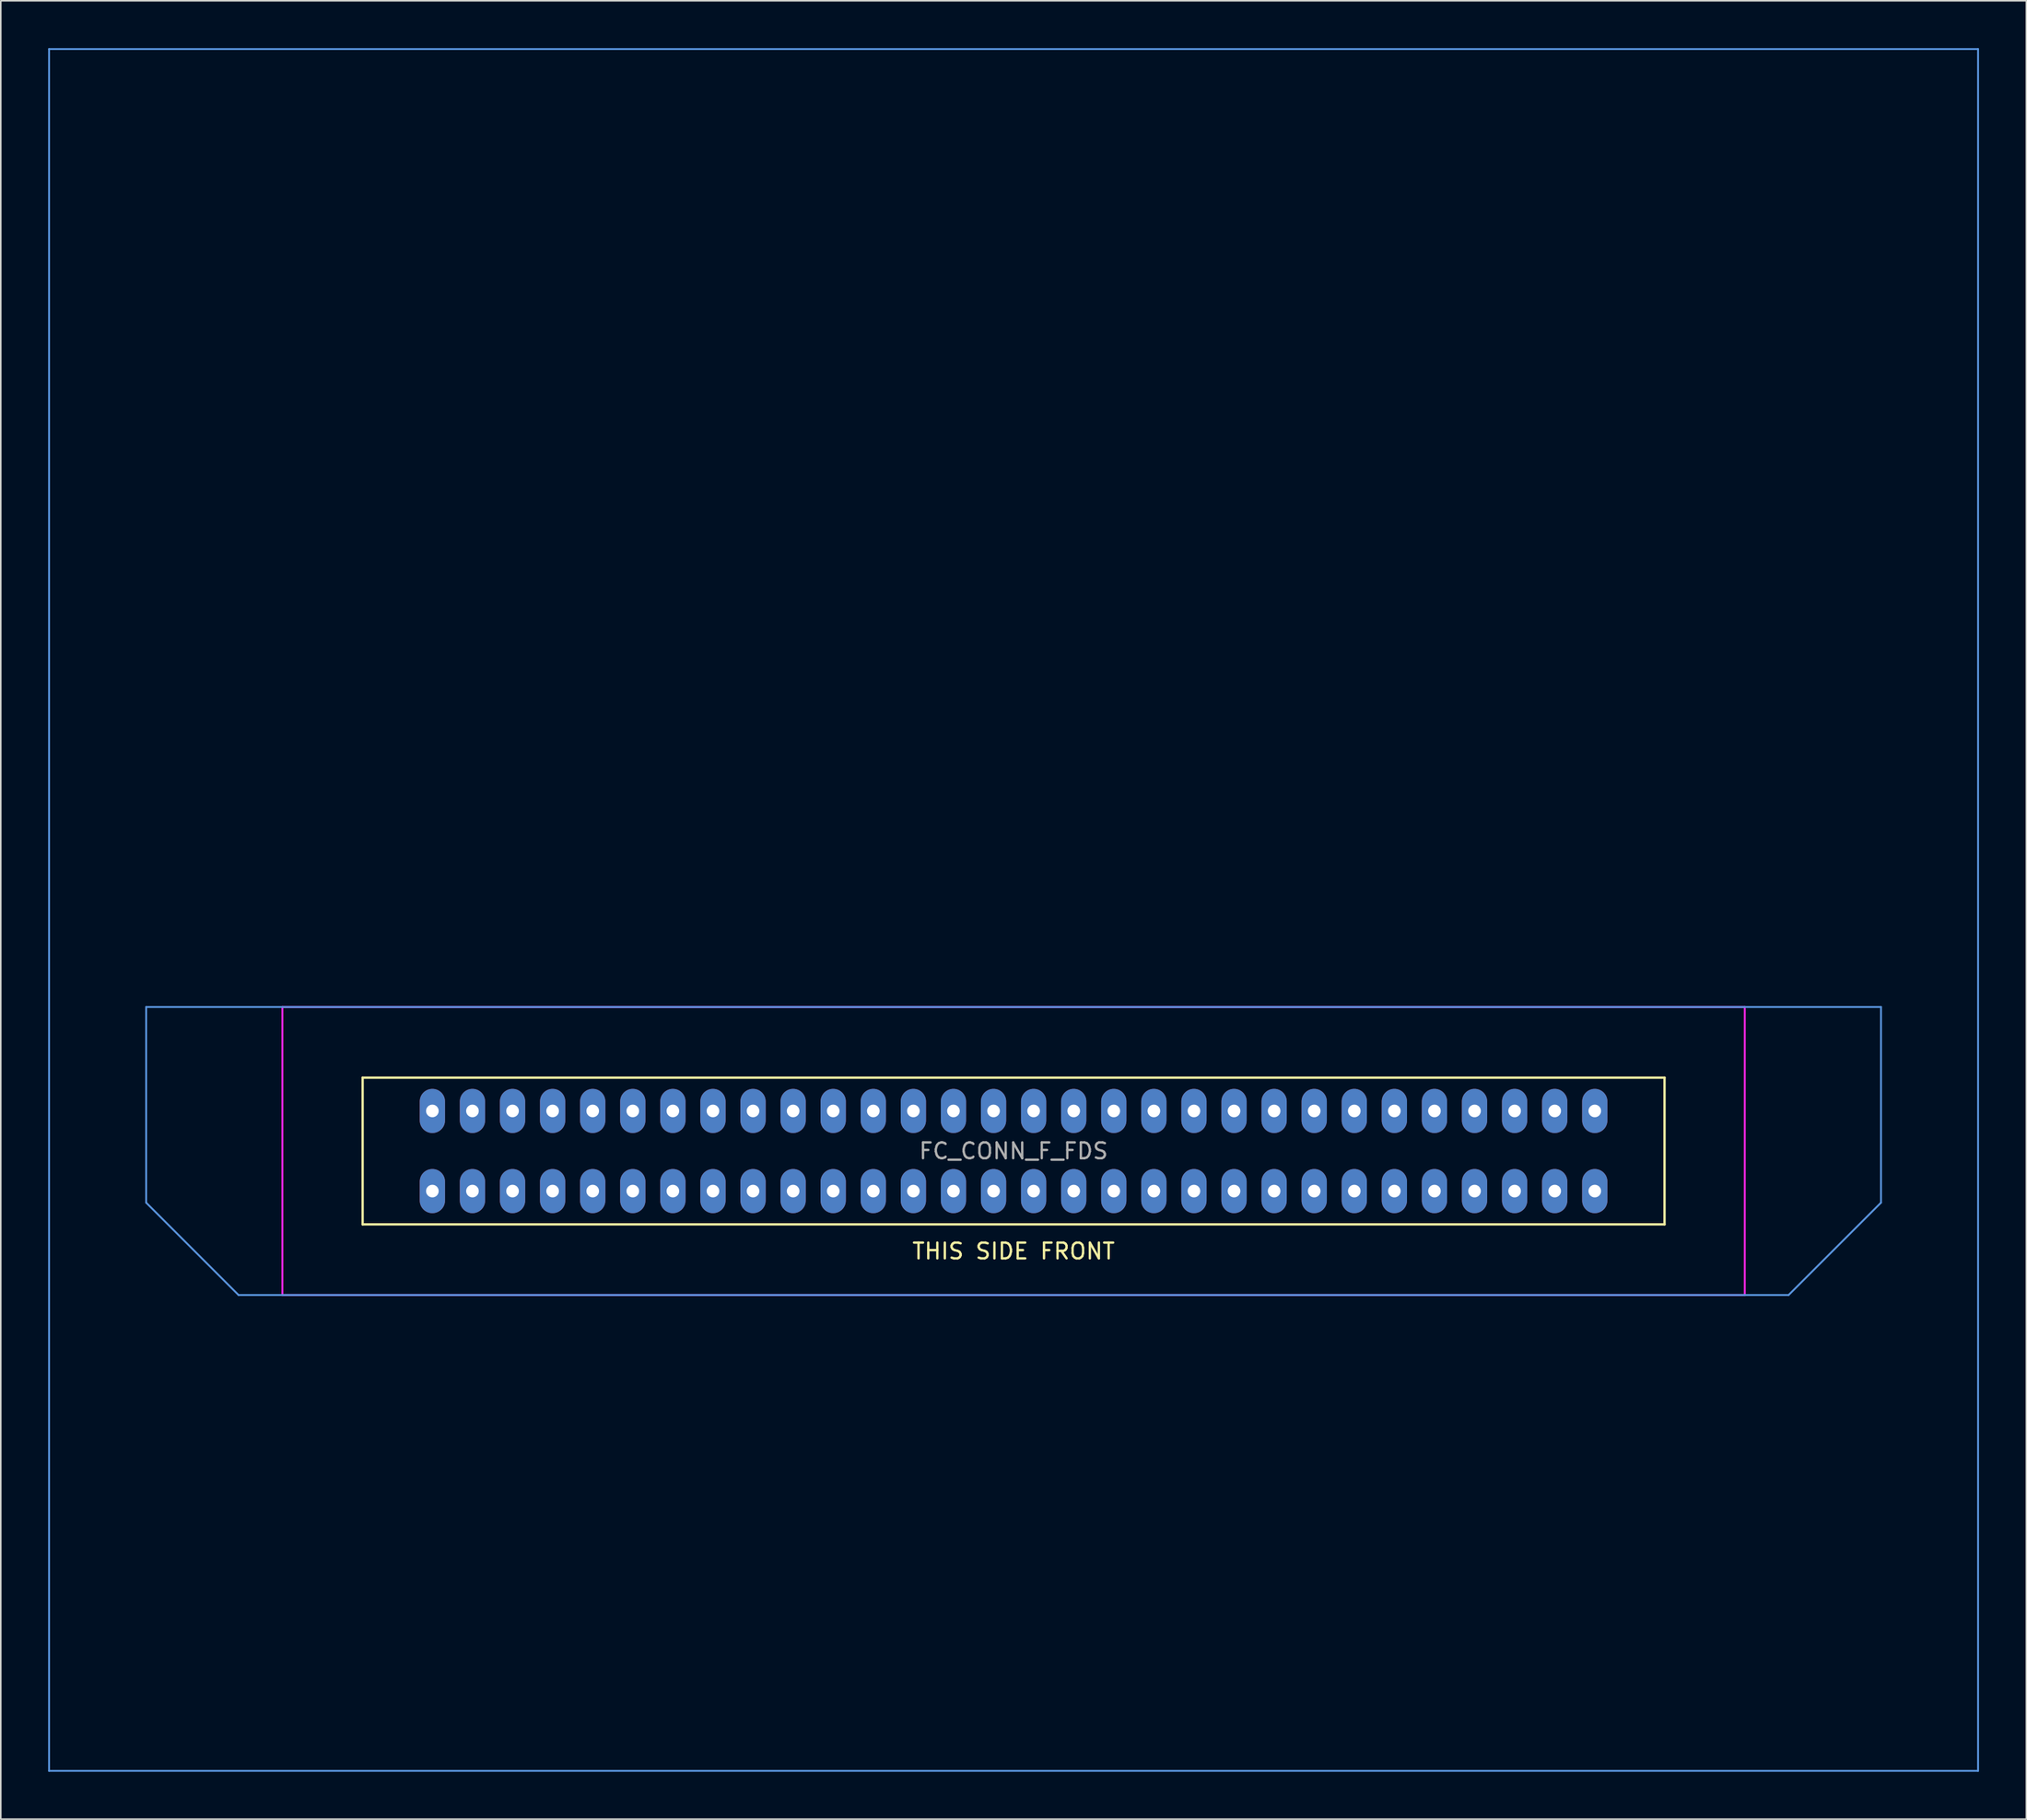
<source format=kicad_pcb>
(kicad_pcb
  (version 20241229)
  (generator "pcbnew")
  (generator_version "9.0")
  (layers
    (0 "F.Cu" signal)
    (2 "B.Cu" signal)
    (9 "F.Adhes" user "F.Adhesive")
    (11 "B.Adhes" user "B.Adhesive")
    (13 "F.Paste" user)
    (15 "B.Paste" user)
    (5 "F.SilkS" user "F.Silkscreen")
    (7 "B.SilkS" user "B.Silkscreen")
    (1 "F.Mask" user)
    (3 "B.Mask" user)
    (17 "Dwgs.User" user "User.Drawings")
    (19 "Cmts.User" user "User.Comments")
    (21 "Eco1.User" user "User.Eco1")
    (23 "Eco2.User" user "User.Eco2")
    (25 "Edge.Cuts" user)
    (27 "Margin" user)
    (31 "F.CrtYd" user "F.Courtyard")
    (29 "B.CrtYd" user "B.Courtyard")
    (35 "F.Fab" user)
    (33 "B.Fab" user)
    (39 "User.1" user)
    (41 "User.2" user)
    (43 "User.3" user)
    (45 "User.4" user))
  (footprint "FC_CONN_F_FDS"
    (layer "F.Cu")
    (at 61.179 69.91)
    (property "Reference" "FC_CONN_F_FDS" (at 0 0 0) (layer "F.Fab") (effects (font (size 1 1) (thickness 0.15))))
    (attr through_hole)
    (fp_line (start -41.25 -4.65) (end -41.25 4.65) (stroke (width 0.15) (type solid)) (layer "F.SilkS"))
    (fp_line (start -41.25 -4.65) (end 41.25 -4.65) (stroke (width 0.15) (type solid)) (layer "F.SilkS"))
    (fp_line (start 41.25 -4.65) (end 41.25 4.65) (stroke (width 0.15) (type solid)) (layer "F.SilkS"))
    (fp_line (start 41.25 4.65) (end -41.25 4.65) (stroke (width 0.15) (type solid)) (layer "F.SilkS"))
    (fp_line (start -61.119 -69.85) (end -61.119 39.291) (stroke (width 0.12) (type solid)) (layer "Cmts.User"))
    (fp_line (start -61.119 -69.85) (end 61.119 -69.85) (stroke (width 0.12) (type solid)) (layer "Cmts.User"))
    (fp_line (start -61.119 39.291) (end 61.119 39.291) (stroke (width 0.12) (type solid)) (layer "Cmts.User"))
    (fp_line (start -54.967 -9.128) (end -54.967 3.274) (stroke (width 0.12) (type solid)) (layer "Cmts.User"))
    (fp_line (start -54.967 -9.128) (end 54.967 -9.128) (stroke (width 0.12) (type solid)) (layer "Cmts.User"))
    (fp_line (start -49.113 9.128) (end -54.967 3.274) (stroke (width 0.12) (type solid)) (layer "Cmts.User"))
    (fp_line (start -49.113 9.128) (end 49.113 9.128) (stroke (width 0.12) (type solid)) (layer "Cmts.User"))
    (fp_line (start 49.113 9.128) (end 54.967 3.274) (stroke (width 0.12) (type solid)) (layer "Cmts.User"))
    (fp_line (start 54.967 -9.128) (end 54.967 3.274) (stroke (width 0.12) (type solid)) (layer "Cmts.User"))
    (fp_line (start 61.119 -69.85) (end 61.119 39.291) (stroke (width 0.12) (type solid)) (layer "Cmts.User"))
    (fp_line (start -46.335 -9.128) (end 46.335 -9.128) (stroke (width 0.12) (type solid)) (layer "F.CrtYd"))
    (fp_line (start -46.335 9.128) (end -46.335 -9.128) (stroke (width 0.12) (type solid)) (layer "F.CrtYd"))
    (fp_line (start 46.335 9.128) (end -46.335 9.128) (stroke (width 0.12) (type solid)) (layer "F.CrtYd"))
    (fp_line (start 46.335 9.128) (end 46.335 -9.128) (stroke (width 0.12) (type solid)) (layer "F.CrtYd"))
    (fp_text user "THIS SIDE FRONT" (at 0 6.35 0) (layer "F.SilkS") (effects (font (size 1 1) (thickness 0.15))))
    (pad "1" thru_hole oval (at -36.83 2.54) (size 1.6 2.8) (drill 0.8) (layers "*.Cu" "*.Mask"))
    (pad "2" thru_hole oval (at -34.29 2.54) (size 1.6 2.8) (drill 0.8) (layers "*.Cu" "*.Mask"))
    (pad "3" thru_hole oval (at -31.75 2.54) (size 1.6 2.8) (drill 0.8) (layers "*.Cu" "*.Mask"))
    (pad "4" thru_hole oval (at -29.21 2.54) (size 1.6 2.8) (drill 0.8) (layers "*.Cu" "*.Mask"))
    (pad "5" thru_hole oval (at -26.67 2.54) (size 1.6 2.8) (drill 0.8) (layers "*.Cu" "*.Mask"))
    (pad "6" thru_hole oval (at -24.13 2.54) (size 1.6 2.8) (drill 0.8) (layers "*.Cu" "*.Mask"))
    (pad "7" thru_hole oval (at -21.59 2.54) (size 1.6 2.8) (drill 0.8) (layers "*.Cu" "*.Mask"))
    (pad "8" thru_hole oval (at -19.05 2.54) (size 1.6 2.8) (drill 0.8) (layers "*.Cu" "*.Mask"))
    (pad "9" thru_hole oval (at -16.51 2.54) (size 1.6 2.8) (drill 0.8) (layers "*.Cu" "*.Mask"))
    (pad "10" thru_hole oval (at -13.97 2.54) (size 1.6 2.8) (drill 0.8) (layers "*.Cu" "*.Mask"))
    (pad "11" thru_hole oval (at -11.43 2.54) (size 1.6 2.8) (drill 0.8) (layers "*.Cu" "*.Mask"))
    (pad "12" thru_hole oval (at -8.89 2.54) (size 1.6 2.8) (drill 0.8) (layers "*.Cu" "*.Mask"))
    (pad "13" thru_hole oval (at -6.35 2.54) (size 1.6 2.8) (drill 0.8) (layers "*.Cu" "*.Mask"))
    (pad "14" thru_hole oval (at -3.81 2.54) (size 1.6 2.8) (drill 0.8) (layers "*.Cu" "*.Mask"))
    (pad "15" thru_hole oval (at -1.27 2.54) (size 1.6 2.8) (drill 0.8) (layers "*.Cu" "*.Mask"))
    (pad "16" thru_hole oval (at 1.27 2.54) (size 1.6 2.8) (drill 0.8) (layers "*.Cu" "*.Mask"))
    (pad "17" thru_hole oval (at 3.81 2.54) (size 1.6 2.8) (drill 0.8) (layers "*.Cu" "*.Mask"))
    (pad "18" thru_hole oval (at 6.35 2.54) (size 1.6 2.8) (drill 0.8) (layers "*.Cu" "*.Mask"))
    (pad "19" thru_hole oval (at 8.89 2.54) (size 1.6 2.8) (drill 0.8) (layers "*.Cu" "*.Mask"))
    (pad "20" thru_hole oval (at 11.43 2.54) (size 1.6 2.8) (drill 0.8) (layers "*.Cu" "*.Mask"))
    (pad "21" thru_hole oval (at 13.97 2.54) (size 1.6 2.8) (drill 0.8) (layers "*.Cu" "*.Mask"))
    (pad "22" thru_hole oval (at 16.51 2.54) (size 1.6 2.8) (drill 0.8) (layers "*.Cu" "*.Mask"))
    (pad "23" thru_hole oval (at 19.05 2.54) (size 1.6 2.8) (drill 0.8) (layers "*.Cu" "*.Mask"))
    (pad "24" thru_hole oval (at 21.59 2.54) (size 1.6 2.8) (drill 0.8) (layers "*.Cu" "*.Mask"))
    (pad "25" thru_hole oval (at 24.13 2.54) (size 1.6 2.8) (drill 0.8) (layers "*.Cu" "*.Mask"))
    (pad "26" thru_hole oval (at 26.67 2.54) (size 1.6 2.8) (drill 0.8) (layers "*.Cu" "*.Mask"))
    (pad "27" thru_hole oval (at 29.21 2.54) (size 1.6 2.8) (drill 0.8) (layers "*.Cu" "*.Mask"))
    (pad "28" thru_hole oval (at 31.75 2.54) (size 1.6 2.8) (drill 0.8) (layers "*.Cu" "*.Mask"))
    (pad "29" thru_hole oval (at 34.29 2.54) (size 1.6 2.8) (drill 0.8) (layers "*.Cu" "*.Mask"))
    (pad "30" thru_hole oval (at 36.83 2.54) (size 1.6 2.8) (drill 0.8) (layers "*.Cu" "*.Mask"))
    (pad "31" thru_hole oval (at -36.83 -2.54) (size 1.6 2.8) (drill 0.8) (layers "*.Cu" "*.Mask"))
    (pad "32" thru_hole oval (at -34.29 -2.54) (size 1.6 2.8) (drill 0.8) (layers "*.Cu" "*.Mask"))
    (pad "33" thru_hole oval (at -31.75 -2.54) (size 1.6 2.8) (drill 0.8) (layers "*.Cu" "*.Mask"))
    (pad "34" thru_hole oval (at -29.21 -2.54) (size 1.6 2.8) (drill 0.8) (layers "*.Cu" "*.Mask"))
    (pad "35" thru_hole oval (at -26.67 -2.54) (size 1.6 2.8) (drill 0.8) (layers "*.Cu" "*.Mask"))
    (pad "36" thru_hole oval (at -24.13 -2.54) (size 1.6 2.8) (drill 0.8) (layers "*.Cu" "*.Mask"))
    (pad "37" thru_hole oval (at -21.59 -2.54) (size 1.6 2.8) (drill 0.8) (layers "*.Cu" "*.Mask"))
    (pad "38" thru_hole oval (at -19.05 -2.54) (size 1.6 2.8) (drill 0.8) (layers "*.Cu" "*.Mask"))
    (pad "39" thru_hole oval (at -16.51 -2.54) (size 1.6 2.8) (drill 0.8) (layers "*.Cu" "*.Mask"))
    (pad "40" thru_hole oval (at -13.97 -2.54) (size 1.6 2.8) (drill 0.8) (layers "*.Cu" "*.Mask"))
    (pad "41" thru_hole oval (at -11.43 -2.54) (size 1.6 2.8) (drill 0.8) (layers "*.Cu" "*.Mask"))
    (pad "42" thru_hole oval (at -8.89 -2.54) (size 1.6 2.8) (drill 0.8) (layers "*.Cu" "*.Mask"))
    (pad "43" thru_hole oval (at -6.35 -2.54) (size 1.6 2.8) (drill 0.8) (layers "*.Cu" "*.Mask"))
    (pad "44" thru_hole oval (at -3.81 -2.54) (size 1.6 2.8) (drill 0.8) (layers "*.Cu" "*.Mask"))
    (pad "45" thru_hole oval (at -1.27 -2.54) (size 1.6 2.8) (drill 0.8) (layers "*.Cu" "*.Mask"))
    (pad "46" thru_hole oval (at 1.27 -2.54) (size 1.6 2.8) (drill 0.8) (layers "*.Cu" "*.Mask"))
    (pad "47" thru_hole oval (at 3.81 -2.54) (size 1.6 2.8) (drill 0.8) (layers "*.Cu" "*.Mask"))
    (pad "48" thru_hole oval (at 6.35 -2.54) (size 1.6 2.8) (drill 0.8) (layers "*.Cu" "*.Mask"))
    (pad "49" thru_hole oval (at 8.89 -2.54) (size 1.6 2.8) (drill 0.8) (layers "*.Cu" "*.Mask"))
    (pad "50" thru_hole oval (at 11.43 -2.54) (size 1.6 2.8) (drill 0.8) (layers "*.Cu" "*.Mask"))
    (pad "51" thru_hole oval (at 13.97 -2.54) (size 1.6 2.8) (drill 0.8) (layers "*.Cu" "*.Mask"))
    (pad "52" thru_hole oval (at 16.51 -2.54) (size 1.6 2.8) (drill 0.8) (layers "*.Cu" "*.Mask"))
    (pad "53" thru_hole oval (at 19.05 -2.54) (size 1.6 2.8) (drill 0.8) (layers "*.Cu" "*.Mask"))
    (pad "54" thru_hole oval (at 21.59 -2.54) (size 1.6 2.8) (drill 0.8) (layers "*.Cu" "*.Mask"))
    (pad "55" thru_hole oval (at 24.13 -2.54) (size 1.6 2.8) (drill 0.8) (layers "*.Cu" "*.Mask"))
    (pad "56" thru_hole oval (at 26.67 -2.54) (size 1.6 2.8) (drill 0.8) (layers "*.Cu" "*.Mask"))
    (pad "57" thru_hole oval (at 29.21 -2.54) (size 1.6 2.8) (drill 0.8) (layers "*.Cu" "*.Mask"))
    (pad "58" thru_hole oval (at 31.75 -2.54) (size 1.6 2.8) (drill 0.8) (layers "*.Cu" "*.Mask"))
    (pad "59" thru_hole oval (at 34.29 -2.54) (size 1.6 2.8) (drill 0.8) (layers "*.Cu" "*.Mask"))
    (pad "60" thru_hole oval (at 36.83 -2.54) (size 1.6 2.8) (drill 0.8) (layers "*.Cu" "*.Mask")))
  (gr_rect
    (start -3 -3)
    (end 125.358 112.261)
    (stroke (width 0.1) (type default))
    (fill no)
    (layer "Edge.Cuts")))
</source>
